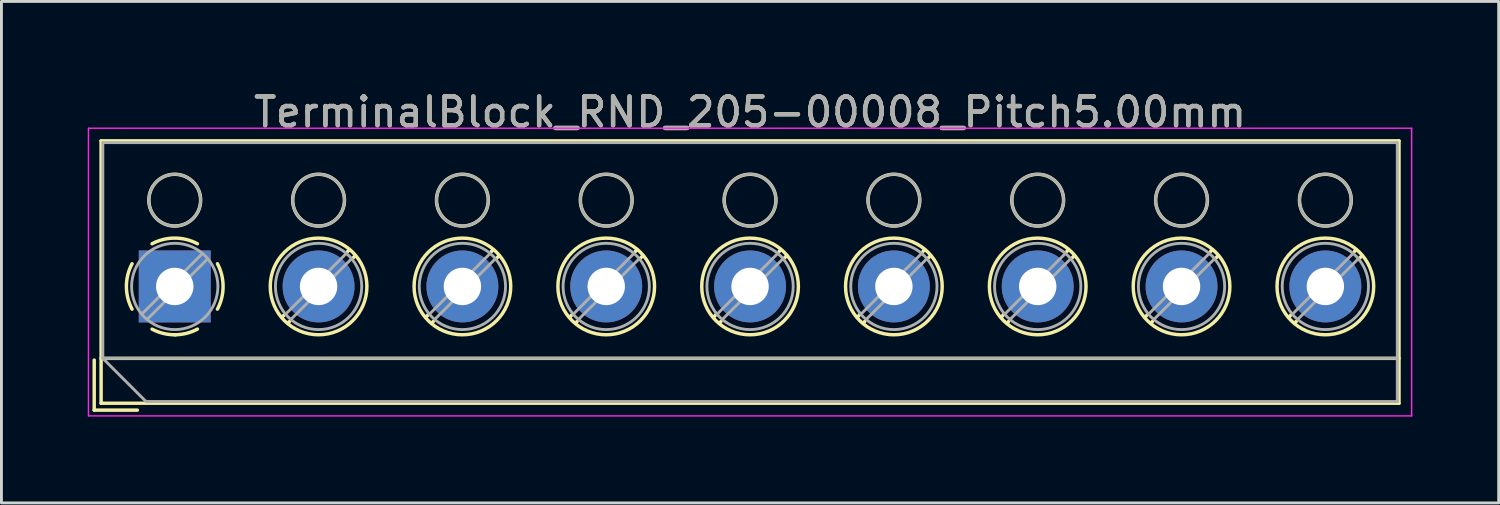
<source format=kicad_pcb>
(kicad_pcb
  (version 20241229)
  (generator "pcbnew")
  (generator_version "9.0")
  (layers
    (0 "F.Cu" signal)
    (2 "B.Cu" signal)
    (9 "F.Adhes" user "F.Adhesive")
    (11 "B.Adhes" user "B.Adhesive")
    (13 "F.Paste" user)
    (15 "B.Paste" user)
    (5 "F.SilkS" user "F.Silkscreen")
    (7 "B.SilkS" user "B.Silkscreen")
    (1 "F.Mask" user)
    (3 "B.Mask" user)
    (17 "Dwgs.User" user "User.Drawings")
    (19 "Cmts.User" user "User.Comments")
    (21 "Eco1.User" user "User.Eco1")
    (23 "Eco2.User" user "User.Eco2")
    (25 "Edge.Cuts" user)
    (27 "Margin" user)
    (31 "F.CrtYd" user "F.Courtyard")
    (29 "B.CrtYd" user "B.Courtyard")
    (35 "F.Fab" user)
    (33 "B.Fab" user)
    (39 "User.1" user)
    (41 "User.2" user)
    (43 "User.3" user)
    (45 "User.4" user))
  (footprint "TerminalBlock_RND_205-00008_Pitch5.00mm"
    (layer "F.Cu")
    (at 3.025 6.908)
    (property "Reference" "TerminalBlock_RND_205-00008_Pitch5.00mm" (at 20 -6.06 0) (layer "F.SilkS") (effects (font (size 1 1) (thickness 0.15))))
    (attr through_hole)
    (fp_line (start -2.8 2.56) (end -2.8 4.3) (stroke (width 0.12) (type solid)) (layer "F.SilkS"))
    (fp_line (start -2.8 4.3) (end -1.3 4.3) (stroke (width 0.12) (type solid)) (layer "F.SilkS"))
    (fp_line (start -2.56 -5.06) (end -2.56 4.06) (stroke (width 0.12) (type solid)) (layer "F.SilkS"))
    (fp_line (start -2.56 2.5) (end 42.56 2.5) (stroke (width 0.12) (type solid)) (layer "F.SilkS"))
    (fp_line (start -2.56 4.06) (end 42.56 4.06) (stroke (width 0.12) (type solid)) (layer "F.SilkS"))
    (fp_line (start 3.82 0.976) (end 3.726 1.069) (stroke (width 0.12) (type solid)) (layer "F.SilkS"))
    (fp_line (start 3.99 1.216) (end 3.931 1.274) (stroke (width 0.12) (type solid)) (layer "F.SilkS"))
    (fp_line (start 6.07 -1.275) (end 6.011 -1.216) (stroke (width 0.12) (type solid)) (layer "F.SilkS"))
    (fp_line (start 6.275 -1.069) (end 6.181 -0.976) (stroke (width 0.12) (type solid)) (layer "F.SilkS"))
    (fp_line (start 8.82 0.976) (end 8.726 1.069) (stroke (width 0.12) (type solid)) (layer "F.SilkS"))
    (fp_line (start 8.99 1.216) (end 8.931 1.274) (stroke (width 0.12) (type solid)) (layer "F.SilkS"))
    (fp_line (start 11.07 -1.275) (end 11.011 -1.216) (stroke (width 0.12) (type solid)) (layer "F.SilkS"))
    (fp_line (start 11.275 -1.069) (end 11.181 -0.976) (stroke (width 0.12) (type solid)) (layer "F.SilkS"))
    (fp_line (start 13.82 0.976) (end 13.726 1.069) (stroke (width 0.12) (type solid)) (layer "F.SilkS"))
    (fp_line (start 13.99 1.216) (end 13.931 1.274) (stroke (width 0.12) (type solid)) (layer "F.SilkS"))
    (fp_line (start 16.07 -1.275) (end 16.011 -1.216) (stroke (width 0.12) (type solid)) (layer "F.SilkS"))
    (fp_line (start 16.275 -1.069) (end 16.181 -0.976) (stroke (width 0.12) (type solid)) (layer "F.SilkS"))
    (fp_line (start 18.82 0.976) (end 18.726 1.069) (stroke (width 0.12) (type solid)) (layer "F.SilkS"))
    (fp_line (start 18.99 1.216) (end 18.931 1.274) (stroke (width 0.12) (type solid)) (layer "F.SilkS"))
    (fp_line (start 21.07 -1.275) (end 21.011 -1.216) (stroke (width 0.12) (type solid)) (layer "F.SilkS"))
    (fp_line (start 21.275 -1.069) (end 21.181 -0.976) (stroke (width 0.12) (type solid)) (layer "F.SilkS"))
    (fp_line (start 23.82 0.976) (end 23.726 1.069) (stroke (width 0.12) (type solid)) (layer "F.SilkS"))
    (fp_line (start 23.99 1.216) (end 23.931 1.274) (stroke (width 0.12) (type solid)) (layer "F.SilkS"))
    (fp_line (start 26.07 -1.275) (end 26.011 -1.216) (stroke (width 0.12) (type solid)) (layer "F.SilkS"))
    (fp_line (start 26.275 -1.069) (end 26.181 -0.976) (stroke (width 0.12) (type solid)) (layer "F.SilkS"))
    (fp_line (start 28.82 0.976) (end 28.726 1.069) (stroke (width 0.12) (type solid)) (layer "F.SilkS"))
    (fp_line (start 28.99 1.216) (end 28.931 1.274) (stroke (width 0.12) (type solid)) (layer "F.SilkS"))
    (fp_line (start 31.07 -1.275) (end 31.011 -1.216) (stroke (width 0.12) (type solid)) (layer "F.SilkS"))
    (fp_line (start 31.275 -1.069) (end 31.181 -0.976) (stroke (width 0.12) (type solid)) (layer "F.SilkS"))
    (fp_line (start 33.82 0.976) (end 33.726 1.069) (stroke (width 0.12) (type solid)) (layer "F.SilkS"))
    (fp_line (start 33.99 1.216) (end 33.931 1.274) (stroke (width 0.12) (type solid)) (layer "F.SilkS"))
    (fp_line (start 36.07 -1.275) (end 36.011 -1.216) (stroke (width 0.12) (type solid)) (layer "F.SilkS"))
    (fp_line (start 36.275 -1.069) (end 36.181 -0.976) (stroke (width 0.12) (type solid)) (layer "F.SilkS"))
    (fp_line (start 38.82 0.976) (end 38.726 1.069) (stroke (width 0.12) (type solid)) (layer "F.SilkS"))
    (fp_line (start 38.99 1.216) (end 38.931 1.274) (stroke (width 0.12) (type solid)) (layer "F.SilkS"))
    (fp_line (start 41.07 -1.275) (end 41.011 -1.216) (stroke (width 0.12) (type solid)) (layer "F.SilkS"))
    (fp_line (start 41.275 -1.069) (end 41.181 -0.976) (stroke (width 0.12) (type solid)) (layer "F.SilkS"))
    (fp_line (start 42.56 -5.06) (end -2.56 -5.06) (stroke (width 0.12) (type solid)) (layer "F.SilkS"))
    (fp_line (start 42.56 4.06) (end 42.56 -5.06) (stroke (width 0.12) (type solid)) (layer "F.SilkS"))
    (fp_arc (start -1.483953 0.789089) (mid -1.680708 0.00005) (end -1.484 -0.789) (stroke (width 0.12) (type solid)) (layer "F.SilkS"))
    (fp_arc (start -0.789089 -1.483953) (mid -0.00005 -1.680708) (end 0.789 -1.484) (stroke (width 0.12) (type solid)) (layer "F.SilkS"))
    (fp_arc (start 0.029383 1.68045) (mid -0.392304 1.634281) (end -0.789 1.484) (stroke (width 0.12) (type solid)) (layer "F.SilkS"))
    (fp_arc (start 0.788712 1.483352) (mid 0.406429 1.630097) (end 0 1.68) (stroke (width 0.12) (type solid)) (layer "F.SilkS"))
    (fp_arc (start 1.483953 -0.789089) (mid 1.680708 -0.00005) (end 1.484 0.789) (stroke (width 0.12) (type solid)) (layer "F.SilkS"))
    (fp_circle (center 0 -3) (end 0.9 -3) (stroke (width 0.12) (type solid)) (fill no) (layer "F.SilkS"))
    (fp_circle (center 5 -3) (end 5.9 -3) (stroke (width 0.12) (type solid)) (fill no) (layer "F.SilkS"))
    (fp_circle (center 5 0) (end 6.68 0) (stroke (width 0.12) (type solid)) (fill no) (layer "F.SilkS"))
    (fp_circle (center 10 -3) (end 10.9 -3) (stroke (width 0.12) (type solid)) (fill no) (layer "F.SilkS"))
    (fp_circle (center 10 0) (end 11.68 0) (stroke (width 0.12) (type solid)) (fill no) (layer "F.SilkS"))
    (fp_circle (center 15 -3) (end 15.9 -3) (stroke (width 0.12) (type solid)) (fill no) (layer "F.SilkS"))
    (fp_circle (center 15 0) (end 16.68 0) (stroke (width 0.12) (type solid)) (fill no) (layer "F.SilkS"))
    (fp_circle (center 20 -3) (end 20.9 -3) (stroke (width 0.12) (type solid)) (fill no) (layer "F.SilkS"))
    (fp_circle (center 20 0) (end 21.68 0) (stroke (width 0.12) (type solid)) (fill no) (layer "F.SilkS"))
    (fp_circle (center 25 -3) (end 25.9 -3) (stroke (width 0.12) (type solid)) (fill no) (layer "F.SilkS"))
    (fp_circle (center 25 0) (end 26.68 0) (stroke (width 0.12) (type solid)) (fill no) (layer "F.SilkS"))
    (fp_circle (center 30 -3) (end 30.9 -3) (stroke (width 0.12) (type solid)) (fill no) (layer "F.SilkS"))
    (fp_circle (center 30 0) (end 31.68 0) (stroke (width 0.12) (type solid)) (fill no) (layer "F.SilkS"))
    (fp_circle (center 35 -3) (end 35.9 -3) (stroke (width 0.12) (type solid)) (fill no) (layer "F.SilkS"))
    (fp_circle (center 35 0) (end 36.68 0) (stroke (width 0.12) (type solid)) (fill no) (layer "F.SilkS"))
    (fp_circle (center 40 -3) (end 40.9 -3) (stroke (width 0.12) (type solid)) (fill no) (layer "F.SilkS"))
    (fp_circle (center 40 0) (end 41.68 0) (stroke (width 0.12) (type solid)) (fill no) (layer "F.SilkS"))
    (fp_line (start -3 -5.5) (end -3 4.5) (stroke (width 0.05) (type solid)) (layer "F.CrtYd"))
    (fp_line (start -3 4.5) (end 43 4.5) (stroke (width 0.05) (type solid)) (layer "F.CrtYd"))
    (fp_line (start 43 -5.5) (end -3 -5.5) (stroke (width 0.05) (type solid)) (layer "F.CrtYd"))
    (fp_line (start 43 4.5) (end 43 -5.5) (stroke (width 0.05) (type solid)) (layer "F.CrtYd"))
    (fp_line (start -2.5 -5) (end 42.5 -5) (stroke (width 0.1) (type solid)) (layer "F.Fab"))
    (fp_line (start -2.5 2.5) (end -2.5 -5) (stroke (width 0.1) (type solid)) (layer "F.Fab"))
    (fp_line (start -2.5 2.5) (end 42.5 2.5) (stroke (width 0.1) (type solid)) (layer "F.Fab"))
    (fp_line (start -1 4) (end -2.5 2.5) (stroke (width 0.1) (type solid)) (layer "F.Fab"))
    (fp_line (start 0.955 -1.138) (end -1.138 0.955) (stroke (width 0.1) (type solid)) (layer "F.Fab"))
    (fp_line (start 1.138 -0.955) (end -0.955 1.138) (stroke (width 0.1) (type solid)) (layer "F.Fab"))
    (fp_line (start 5.955 -1.138) (end 3.863 0.955) (stroke (width 0.1) (type solid)) (layer "F.Fab"))
    (fp_line (start 6.138 -0.955) (end 4.046 1.138) (stroke (width 0.1) (type solid)) (layer "F.Fab"))
    (fp_line (start 10.955 -1.138) (end 8.863 0.955) (stroke (width 0.1) (type solid)) (layer "F.Fab"))
    (fp_line (start 11.138 -0.955) (end 9.046 1.138) (stroke (width 0.1) (type solid)) (layer "F.Fab"))
    (fp_line (start 15.955 -1.138) (end 13.863 0.955) (stroke (width 0.1) (type solid)) (layer "F.Fab"))
    (fp_line (start 16.138 -0.955) (end 14.046 1.138) (stroke (width 0.1) (type solid)) (layer "F.Fab"))
    (fp_line (start 20.955 -1.138) (end 18.863 0.955) (stroke (width 0.1) (type solid)) (layer "F.Fab"))
    (fp_line (start 21.138 -0.955) (end 19.046 1.138) (stroke (width 0.1) (type solid)) (layer "F.Fab"))
    (fp_line (start 25.955 -1.138) (end 23.863 0.955) (stroke (width 0.1) (type solid)) (layer "F.Fab"))
    (fp_line (start 26.138 -0.955) (end 24.046 1.138) (stroke (width 0.1) (type solid)) (layer "F.Fab"))
    (fp_line (start 30.955 -1.138) (end 28.863 0.955) (stroke (width 0.1) (type solid)) (layer "F.Fab"))
    (fp_line (start 31.138 -0.955) (end 29.046 1.138) (stroke (width 0.1) (type solid)) (layer "F.Fab"))
    (fp_line (start 35.955 -1.138) (end 33.863 0.955) (stroke (width 0.1) (type solid)) (layer "F.Fab"))
    (fp_line (start 36.138 -0.955) (end 34.046 1.138) (stroke (width 0.1) (type solid)) (layer "F.Fab"))
    (fp_line (start 40.955 -1.138) (end 38.863 0.955) (stroke (width 0.1) (type solid)) (layer "F.Fab"))
    (fp_line (start 41.138 -0.955) (end 39.046 1.138) (stroke (width 0.1) (type solid)) (layer "F.Fab"))
    (fp_line (start 42.5 -5) (end 42.5 4) (stroke (width 0.1) (type solid)) (layer "F.Fab"))
    (fp_line (start 42.5 4) (end -1 4) (stroke (width 0.1) (type solid)) (layer "F.Fab"))
    (fp_circle (center 0 -3) (end 0.9 -3) (stroke (width 0.1) (type solid)) (fill no) (layer "F.Fab"))
    (fp_circle (center 0 0) (end 1.5 0) (stroke (width 0.1) (type solid)) (fill no) (layer "F.Fab"))
    (fp_circle (center 5 -3) (end 5.9 -3) (stroke (width 0.1) (type solid)) (fill no) (layer "F.Fab"))
    (fp_circle (center 5 0) (end 6.5 0) (stroke (width 0.1) (type solid)) (fill no) (layer "F.Fab"))
    (fp_circle (center 10 -3) (end 10.9 -3) (stroke (width 0.1) (type solid)) (fill no) (layer "F.Fab"))
    (fp_circle (center 10 0) (end 11.5 0) (stroke (width 0.1) (type solid)) (fill no) (layer "F.Fab"))
    (fp_circle (center 15 -3) (end 15.9 -3) (stroke (width 0.1) (type solid)) (fill no) (layer "F.Fab"))
    (fp_circle (center 15 0) (end 16.5 0) (stroke (width 0.1) (type solid)) (fill no) (layer "F.Fab"))
    (fp_circle (center 20 -3) (end 20.9 -3) (stroke (width 0.1) (type solid)) (fill no) (layer "F.Fab"))
    (fp_circle (center 20 0) (end 21.5 0) (stroke (width 0.1) (type solid)) (fill no) (layer "F.Fab"))
    (fp_circle (center 25 -3) (end 25.9 -3) (stroke (width 0.1) (type solid)) (fill no) (layer "F.Fab"))
    (fp_circle (center 25 0) (end 26.5 0) (stroke (width 0.1) (type solid)) (fill no) (layer "F.Fab"))
    (fp_circle (center 30 -3) (end 30.9 -3) (stroke (width 0.1) (type solid)) (fill no) (layer "F.Fab"))
    (fp_circle (center 30 0) (end 31.5 0) (stroke (width 0.1) (type solid)) (fill no) (layer "F.Fab"))
    (fp_circle (center 35 -3) (end 35.9 -3) (stroke (width 0.1) (type solid)) (fill no) (layer "F.Fab"))
    (fp_circle (center 35 0) (end 36.5 0) (stroke (width 0.1) (type solid)) (fill no) (layer "F.Fab"))
    (fp_circle (center 40 -3) (end 40.9 -3) (stroke (width 0.1) (type solid)) (fill no) (layer "F.Fab"))
    (fp_circle (center 40 0) (end 41.5 0) (stroke (width 0.1) (type solid)) (fill no) (layer "F.Fab"))
    (fp_text user "${REFERENCE}" (at 20 -6.06 0) (layer "F.Fab") (effects (font (size 1 1) (thickness 0.15))))
    (pad "1" thru_hole rect (at 0 0) (size 2.5 2.5) (drill 1.3) (layers "*.Cu" "*.Mask"))
    (pad "2" thru_hole circle (at 5 0) (size 2.5 2.5) (drill 1.3) (layers "*.Cu" "*.Mask"))
    (pad "3" thru_hole circle (at 10 0) (size 2.5 2.5) (drill 1.3) (layers "*.Cu" "*.Mask"))
    (pad "4" thru_hole circle (at 15 0) (size 2.5 2.5) (drill 1.3) (layers "*.Cu" "*.Mask"))
    (pad "5" thru_hole circle (at 20 0) (size 2.5 2.5) (drill 1.3) (layers "*.Cu" "*.Mask"))
    (pad "6" thru_hole circle (at 25 0) (size 2.5 2.5) (drill 1.3) (layers "*.Cu" "*.Mask"))
    (pad "7" thru_hole circle (at 30 0) (size 2.5 2.5) (drill 1.3) (layers "*.Cu" "*.Mask"))
    (pad "8" thru_hole circle (at 35 0) (size 2.5 2.5) (drill 1.3) (layers "*.Cu" "*.Mask"))
    (pad "9" thru_hole circle (at 40 0) (size 2.5 2.5) (drill 1.3) (layers "*.Cu" "*.Mask")))
  (gr_rect
    (start -3 -3)
    (end 49.05 14.433)
    (stroke (width 0.1) (type default))
    (fill no)
    (layer "Edge.Cuts")))
</source>
